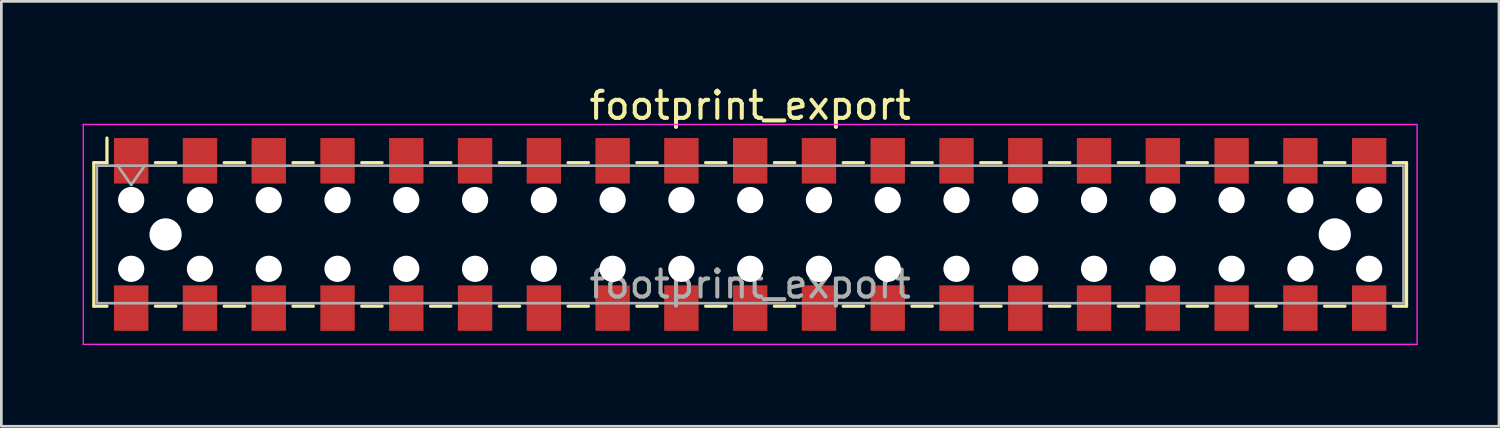
<source format=kicad_pcb>
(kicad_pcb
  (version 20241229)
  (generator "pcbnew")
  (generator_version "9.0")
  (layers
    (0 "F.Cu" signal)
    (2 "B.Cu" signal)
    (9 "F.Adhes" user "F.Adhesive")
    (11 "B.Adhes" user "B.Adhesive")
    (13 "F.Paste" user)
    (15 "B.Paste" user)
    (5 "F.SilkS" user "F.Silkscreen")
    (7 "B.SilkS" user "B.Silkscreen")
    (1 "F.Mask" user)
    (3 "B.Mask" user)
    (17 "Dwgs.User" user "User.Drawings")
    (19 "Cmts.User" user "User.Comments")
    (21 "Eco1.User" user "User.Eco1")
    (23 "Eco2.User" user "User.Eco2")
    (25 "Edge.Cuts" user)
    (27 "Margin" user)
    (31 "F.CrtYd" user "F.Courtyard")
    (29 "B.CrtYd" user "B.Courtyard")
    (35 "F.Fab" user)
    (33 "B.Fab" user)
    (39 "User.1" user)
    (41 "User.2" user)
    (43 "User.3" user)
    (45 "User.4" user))
  (footprint "footprint_export"
    (layer "F.Cu")
    (at 24.655 5.608)
    (property "Reference" "footprint_export" (at 0 -4.76 0) (layer "F.SilkS") (effects (font (size 1 1) (thickness 0.15))))
    (attr smd)
    (fp_line (start -24.24 -2.65) (end -24.24 2.65) (stroke (width 0.12) (type solid)) (layer "F.SilkS"))
    (fp_line (start -24.24 2.65) (end -23.755 2.65) (stroke (width 0.12) (type solid)) (layer "F.SilkS"))
    (fp_line (start -23.755 -3.56) (end -23.755 -2.65) (stroke (width 0.12) (type solid)) (layer "F.SilkS"))
    (fp_line (start -23.755 -2.65) (end -24.24 -2.65) (stroke (width 0.12) (type solid)) (layer "F.SilkS"))
    (fp_line (start -21.965 -2.65) (end -21.215 -2.65) (stroke (width 0.12) (type solid)) (layer "F.SilkS"))
    (fp_line (start -21.965 2.65) (end -21.215 2.65) (stroke (width 0.12) (type solid)) (layer "F.SilkS"))
    (fp_line (start -19.425 -2.65) (end -18.675 -2.65) (stroke (width 0.12) (type solid)) (layer "F.SilkS"))
    (fp_line (start -19.425 2.65) (end -18.675 2.65) (stroke (width 0.12) (type solid)) (layer "F.SilkS"))
    (fp_line (start -16.885 -2.65) (end -16.135 -2.65) (stroke (width 0.12) (type solid)) (layer "F.SilkS"))
    (fp_line (start -16.885 2.65) (end -16.135 2.65) (stroke (width 0.12) (type solid)) (layer "F.SilkS"))
    (fp_line (start -14.345 -2.65) (end -13.595 -2.65) (stroke (width 0.12) (type solid)) (layer "F.SilkS"))
    (fp_line (start -14.345 2.65) (end -13.595 2.65) (stroke (width 0.12) (type solid)) (layer "F.SilkS"))
    (fp_line (start -11.805 -2.65) (end -11.055 -2.65) (stroke (width 0.12) (type solid)) (layer "F.SilkS"))
    (fp_line (start -11.805 2.65) (end -11.055 2.65) (stroke (width 0.12) (type solid)) (layer "F.SilkS"))
    (fp_line (start -9.265 -2.65) (end -8.515 -2.65) (stroke (width 0.12) (type solid)) (layer "F.SilkS"))
    (fp_line (start -9.265 2.65) (end -8.515 2.65) (stroke (width 0.12) (type solid)) (layer "F.SilkS"))
    (fp_line (start -6.725 -2.65) (end -5.975 -2.65) (stroke (width 0.12) (type solid)) (layer "F.SilkS"))
    (fp_line (start -6.725 2.65) (end -5.975 2.65) (stroke (width 0.12) (type solid)) (layer "F.SilkS"))
    (fp_line (start -4.185 -2.65) (end -3.435 -2.65) (stroke (width 0.12) (type solid)) (layer "F.SilkS"))
    (fp_line (start -4.185 2.65) (end -3.435 2.65) (stroke (width 0.12) (type solid)) (layer "F.SilkS"))
    (fp_line (start -1.645 -2.65) (end -0.895 -2.65) (stroke (width 0.12) (type solid)) (layer "F.SilkS"))
    (fp_line (start -1.645 2.65) (end -0.895 2.65) (stroke (width 0.12) (type solid)) (layer "F.SilkS"))
    (fp_line (start 0.895 -2.65) (end 1.645 -2.65) (stroke (width 0.12) (type solid)) (layer "F.SilkS"))
    (fp_line (start 0.895 2.65) (end 1.645 2.65) (stroke (width 0.12) (type solid)) (layer "F.SilkS"))
    (fp_line (start 3.435 -2.65) (end 4.185 -2.65) (stroke (width 0.12) (type solid)) (layer "F.SilkS"))
    (fp_line (start 3.435 2.65) (end 4.185 2.65) (stroke (width 0.12) (type solid)) (layer "F.SilkS"))
    (fp_line (start 5.975 -2.65) (end 6.725 -2.65) (stroke (width 0.12) (type solid)) (layer "F.SilkS"))
    (fp_line (start 5.975 2.65) (end 6.725 2.65) (stroke (width 0.12) (type solid)) (layer "F.SilkS"))
    (fp_line (start 8.515 -2.65) (end 9.265 -2.65) (stroke (width 0.12) (type solid)) (layer "F.SilkS"))
    (fp_line (start 8.515 2.65) (end 9.265 2.65) (stroke (width 0.12) (type solid)) (layer "F.SilkS"))
    (fp_line (start 11.055 -2.65) (end 11.805 -2.65) (stroke (width 0.12) (type solid)) (layer "F.SilkS"))
    (fp_line (start 11.055 2.65) (end 11.805 2.65) (stroke (width 0.12) (type solid)) (layer "F.SilkS"))
    (fp_line (start 13.595 -2.65) (end 14.345 -2.65) (stroke (width 0.12) (type solid)) (layer "F.SilkS"))
    (fp_line (start 13.595 2.65) (end 14.345 2.65) (stroke (width 0.12) (type solid)) (layer "F.SilkS"))
    (fp_line (start 16.135 -2.65) (end 16.885 -2.65) (stroke (width 0.12) (type solid)) (layer "F.SilkS"))
    (fp_line (start 16.135 2.65) (end 16.885 2.65) (stroke (width 0.12) (type solid)) (layer "F.SilkS"))
    (fp_line (start 18.675 -2.65) (end 19.425 -2.65) (stroke (width 0.12) (type solid)) (layer "F.SilkS"))
    (fp_line (start 18.675 2.65) (end 19.425 2.65) (stroke (width 0.12) (type solid)) (layer "F.SilkS"))
    (fp_line (start 21.215 -2.65) (end 21.965 -2.65) (stroke (width 0.12) (type solid)) (layer "F.SilkS"))
    (fp_line (start 21.215 2.65) (end 21.965 2.65) (stroke (width 0.12) (type solid)) (layer "F.SilkS"))
    (fp_line (start 23.755 -2.65) (end 24.24 -2.65) (stroke (width 0.12) (type solid)) (layer "F.SilkS"))
    (fp_line (start 24.24 -2.65) (end 24.24 2.65) (stroke (width 0.12) (type solid)) (layer "F.SilkS"))
    (fp_line (start 24.24 2.65) (end 23.755 2.65) (stroke (width 0.12) (type solid)) (layer "F.SilkS"))
    (fp_line (start -24.63 -4.06) (end 24.63 -4.06) (stroke (width 0.05) (type solid)) (layer "F.CrtYd"))
    (fp_line (start -24.63 4.06) (end -24.63 -4.06) (stroke (width 0.05) (type solid)) (layer "F.CrtYd"))
    (fp_line (start 24.63 -4.06) (end 24.63 4.06) (stroke (width 0.05) (type solid)) (layer "F.CrtYd"))
    (fp_line (start 24.63 4.06) (end -24.63 4.06) (stroke (width 0.05) (type solid)) (layer "F.CrtYd"))
    (fp_line (start -24.13 -2.54) (end 24.13 -2.54) (stroke (width 0.1) (type solid)) (layer "F.Fab"))
    (fp_line (start -24.13 2.54) (end -24.13 -2.54) (stroke (width 0.1) (type solid)) (layer "F.Fab"))
    (fp_line (start -23.36 -2.54) (end -22.86 -1.833) (stroke (width 0.1) (type solid)) (layer "F.Fab"))
    (fp_line (start -22.86 -1.833) (end -22.36 -2.54) (stroke (width 0.1) (type solid)) (layer "F.Fab"))
    (fp_line (start 24.13 -2.54) (end 24.13 2.54) (stroke (width 0.1) (type solid)) (layer "F.Fab"))
    (fp_line (start 24.13 2.54) (end -24.13 2.54) (stroke (width 0.1) (type solid)) (layer "F.Fab"))
    (fp_text user "${REFERENCE}" (at 0 1.84 0) (layer "F.Fab") (effects (font (size 1 1) (thickness 0.15))))
    (pad "" np_thru_hole circle (at -22.86 -1.27) (size 0.97 0.97) (drill 0.97) (layers "*.Cu" "*.Mask"))
    (pad "" np_thru_hole circle (at -22.86 1.27) (size 0.97 0.97) (drill 0.97) (layers "*.Cu" "*.Mask"))
    (pad "" np_thru_hole circle (at -21.59 0) (size 1.19 1.19) (drill 1.19) (layers "*.Cu" "*.Mask"))
    (pad "" np_thru_hole circle (at -20.32 -1.27) (size 0.97 0.97) (drill 0.97) (layers "*.Cu" "*.Mask"))
    (pad "" np_thru_hole circle (at -20.32 1.27) (size 0.97 0.97) (drill 0.97) (layers "*.Cu" "*.Mask"))
    (pad "" np_thru_hole circle (at -17.78 -1.27) (size 0.97 0.97) (drill 0.97) (layers "*.Cu" "*.Mask"))
    (pad "" np_thru_hole circle (at -17.78 1.27) (size 0.97 0.97) (drill 0.97) (layers "*.Cu" "*.Mask"))
    (pad "" np_thru_hole circle (at -15.24 -1.27) (size 0.97 0.97) (drill 0.97) (layers "*.Cu" "*.Mask"))
    (pad "" np_thru_hole circle (at -15.24 1.27) (size 0.97 0.97) (drill 0.97) (layers "*.Cu" "*.Mask"))
    (pad "" np_thru_hole circle (at -12.7 -1.27) (size 0.97 0.97) (drill 0.97) (layers "*.Cu" "*.Mask"))
    (pad "" np_thru_hole circle (at -12.7 1.27) (size 0.97 0.97) (drill 0.97) (layers "*.Cu" "*.Mask"))
    (pad "" np_thru_hole circle (at -10.16 -1.27) (size 0.97 0.97) (drill 0.97) (layers "*.Cu" "*.Mask"))
    (pad "" np_thru_hole circle (at -10.16 1.27) (size 0.97 0.97) (drill 0.97) (layers "*.Cu" "*.Mask"))
    (pad "" np_thru_hole circle (at -7.62 -1.27) (size 0.97 0.97) (drill 0.97) (layers "*.Cu" "*.Mask"))
    (pad "" np_thru_hole circle (at -7.62 1.27) (size 0.97 0.97) (drill 0.97) (layers "*.Cu" "*.Mask"))
    (pad "" np_thru_hole circle (at -5.08 -1.27) (size 0.97 0.97) (drill 0.97) (layers "*.Cu" "*.Mask"))
    (pad "" np_thru_hole circle (at -5.08 1.27) (size 0.97 0.97) (drill 0.97) (layers "*.Cu" "*.Mask"))
    (pad "" np_thru_hole circle (at -2.54 -1.27) (size 0.97 0.97) (drill 0.97) (layers "*.Cu" "*.Mask"))
    (pad "" np_thru_hole circle (at -2.54 1.27) (size 0.97 0.97) (drill 0.97) (layers "*.Cu" "*.Mask"))
    (pad "" np_thru_hole circle (at 0 -1.27) (size 0.97 0.97) (drill 0.97) (layers "*.Cu" "*.Mask"))
    (pad "" np_thru_hole circle (at 0 1.27) (size 0.97 0.97) (drill 0.97) (layers "*.Cu" "*.Mask"))
    (pad "" np_thru_hole circle (at 2.54 -1.27) (size 0.97 0.97) (drill 0.97) (layers "*.Cu" "*.Mask"))
    (pad "" np_thru_hole circle (at 2.54 1.27) (size 0.97 0.97) (drill 0.97) (layers "*.Cu" "*.Mask"))
    (pad "" np_thru_hole circle (at 5.08 -1.27) (size 0.97 0.97) (drill 0.97) (layers "*.Cu" "*.Mask"))
    (pad "" np_thru_hole circle (at 5.08 1.27) (size 0.97 0.97) (drill 0.97) (layers "*.Cu" "*.Mask"))
    (pad "" np_thru_hole circle (at 7.62 -1.27) (size 0.97 0.97) (drill 0.97) (layers "*.Cu" "*.Mask"))
    (pad "" np_thru_hole circle (at 7.62 1.27) (size 0.97 0.97) (drill 0.97) (layers "*.Cu" "*.Mask"))
    (pad "" np_thru_hole circle (at 10.16 -1.27) (size 0.97 0.97) (drill 0.97) (layers "*.Cu" "*.Mask"))
    (pad "" np_thru_hole circle (at 10.16 1.27) (size 0.97 0.97) (drill 0.97) (layers "*.Cu" "*.Mask"))
    (pad "" np_thru_hole circle (at 12.7 -1.27) (size 0.97 0.97) (drill 0.97) (layers "*.Cu" "*.Mask"))
    (pad "" np_thru_hole circle (at 12.7 1.27) (size 0.97 0.97) (drill 0.97) (layers "*.Cu" "*.Mask"))
    (pad "" np_thru_hole circle (at 15.24 -1.27) (size 0.97 0.97) (drill 0.97) (layers "*.Cu" "*.Mask"))
    (pad "" np_thru_hole circle (at 15.24 1.27) (size 0.97 0.97) (drill 0.97) (layers "*.Cu" "*.Mask"))
    (pad "" np_thru_hole circle (at 17.78 -1.27) (size 0.97 0.97) (drill 0.97) (layers "*.Cu" "*.Mask"))
    (pad "" np_thru_hole circle (at 17.78 1.27) (size 0.97 0.97) (drill 0.97) (layers "*.Cu" "*.Mask"))
    (pad "" np_thru_hole circle (at 20.32 -1.27) (size 0.97 0.97) (drill 0.97) (layers "*.Cu" "*.Mask"))
    (pad "" np_thru_hole circle (at 20.32 1.27) (size 0.97 0.97) (drill 0.97) (layers "*.Cu" "*.Mask"))
    (pad "" np_thru_hole circle (at 21.59 0) (size 1.19 1.19) (drill 1.19) (layers "*.Cu" "*.Mask"))
    (pad "" np_thru_hole circle (at 22.86 -1.27) (size 0.97 0.97) (drill 0.97) (layers "*.Cu" "*.Mask"))
    (pad "" np_thru_hole circle (at 22.86 1.27) (size 0.97 0.97) (drill 0.97) (layers "*.Cu" "*.Mask"))
    (pad "1" smd rect (at -22.86 -2.72) (size 1.27 1.68) (layers "F.Cu" "F.Mask" "F.Paste"))
    (pad "2" smd rect (at -22.86 2.72) (size 1.27 1.68) (layers "F.Cu" "F.Mask" "F.Paste"))
    (pad "3" smd rect (at -20.32 -2.72) (size 1.27 1.68) (layers "F.Cu" "F.Mask" "F.Paste"))
    (pad "4" smd rect (at -20.32 2.72) (size 1.27 1.68) (layers "F.Cu" "F.Mask" "F.Paste"))
    (pad "5" smd rect (at -17.78 -2.72) (size 1.27 1.68) (layers "F.Cu" "F.Mask" "F.Paste"))
    (pad "6" smd rect (at -17.78 2.72) (size 1.27 1.68) (layers "F.Cu" "F.Mask" "F.Paste"))
    (pad "7" smd rect (at -15.24 -2.72) (size 1.27 1.68) (layers "F.Cu" "F.Mask" "F.Paste"))
    (pad "8" smd rect (at -15.24 2.72) (size 1.27 1.68) (layers "F.Cu" "F.Mask" "F.Paste"))
    (pad "9" smd rect (at -12.7 -2.72) (size 1.27 1.68) (layers "F.Cu" "F.Mask" "F.Paste"))
    (pad "10" smd rect (at -12.7 2.72) (size 1.27 1.68) (layers "F.Cu" "F.Mask" "F.Paste"))
    (pad "11" smd rect (at -10.16 -2.72) (size 1.27 1.68) (layers "F.Cu" "F.Mask" "F.Paste"))
    (pad "12" smd rect (at -10.16 2.72) (size 1.27 1.68) (layers "F.Cu" "F.Mask" "F.Paste"))
    (pad "13" smd rect (at -7.62 -2.72) (size 1.27 1.68) (layers "F.Cu" "F.Mask" "F.Paste"))
    (pad "14" smd rect (at -7.62 2.72) (size 1.27 1.68) (layers "F.Cu" "F.Mask" "F.Paste"))
    (pad "15" smd rect (at -5.08 -2.72) (size 1.27 1.68) (layers "F.Cu" "F.Mask" "F.Paste"))
    (pad "16" smd rect (at -5.08 2.72) (size 1.27 1.68) (layers "F.Cu" "F.Mask" "F.Paste"))
    (pad "17" smd rect (at -2.54 -2.72) (size 1.27 1.68) (layers "F.Cu" "F.Mask" "F.Paste"))
    (pad "18" smd rect (at -2.54 2.72) (size 1.27 1.68) (layers "F.Cu" "F.Mask" "F.Paste"))
    (pad "19" smd rect (at 0 -2.72) (size 1.27 1.68) (layers "F.Cu" "F.Mask" "F.Paste"))
    (pad "20" smd rect (at 0 2.72) (size 1.27 1.68) (layers "F.Cu" "F.Mask" "F.Paste"))
    (pad "21" smd rect (at 2.54 -2.72) (size 1.27 1.68) (layers "F.Cu" "F.Mask" "F.Paste"))
    (pad "22" smd rect (at 2.54 2.72) (size 1.27 1.68) (layers "F.Cu" "F.Mask" "F.Paste"))
    (pad "23" smd rect (at 5.08 -2.72) (size 1.27 1.68) (layers "F.Cu" "F.Mask" "F.Paste"))
    (pad "24" smd rect (at 5.08 2.72) (size 1.27 1.68) (layers "F.Cu" "F.Mask" "F.Paste"))
    (pad "25" smd rect (at 7.62 -2.72) (size 1.27 1.68) (layers "F.Cu" "F.Mask" "F.Paste"))
    (pad "26" smd rect (at 7.62 2.72) (size 1.27 1.68) (layers "F.Cu" "F.Mask" "F.Paste"))
    (pad "27" smd rect (at 10.16 -2.72) (size 1.27 1.68) (layers "F.Cu" "F.Mask" "F.Paste"))
    (pad "28" smd rect (at 10.16 2.72) (size 1.27 1.68) (layers "F.Cu" "F.Mask" "F.Paste"))
    (pad "29" smd rect (at 12.7 -2.72) (size 1.27 1.68) (layers "F.Cu" "F.Mask" "F.Paste"))
    (pad "30" smd rect (at 12.7 2.72) (size 1.27 1.68) (layers "F.Cu" "F.Mask" "F.Paste"))
    (pad "31" smd rect (at 15.24 -2.72) (size 1.27 1.68) (layers "F.Cu" "F.Mask" "F.Paste"))
    (pad "32" smd rect (at 15.24 2.72) (size 1.27 1.68) (layers "F.Cu" "F.Mask" "F.Paste"))
    (pad "33" smd rect (at 17.78 -2.72) (size 1.27 1.68) (layers "F.Cu" "F.Mask" "F.Paste"))
    (pad "34" smd rect (at 17.78 2.72) (size 1.27 1.68) (layers "F.Cu" "F.Mask" "F.Paste"))
    (pad "35" smd rect (at 20.32 -2.72) (size 1.27 1.68) (layers "F.Cu" "F.Mask" "F.Paste"))
    (pad "36" smd rect (at 20.32 2.72) (size 1.27 1.68) (layers "F.Cu" "F.Mask" "F.Paste"))
    (pad "37" smd rect (at 22.86 -2.72) (size 1.27 1.68) (layers "F.Cu" "F.Mask" "F.Paste"))
    (pad "38" smd rect (at 22.86 2.72) (size 1.27 1.68) (layers "F.Cu" "F.Mask" "F.Paste")))
  (gr_rect
    (start -3 -3)
    (end 52.31 12.693)
    (stroke (width 0.1) (type default))
    (fill no)
    (layer "Edge.Cuts")))
</source>
